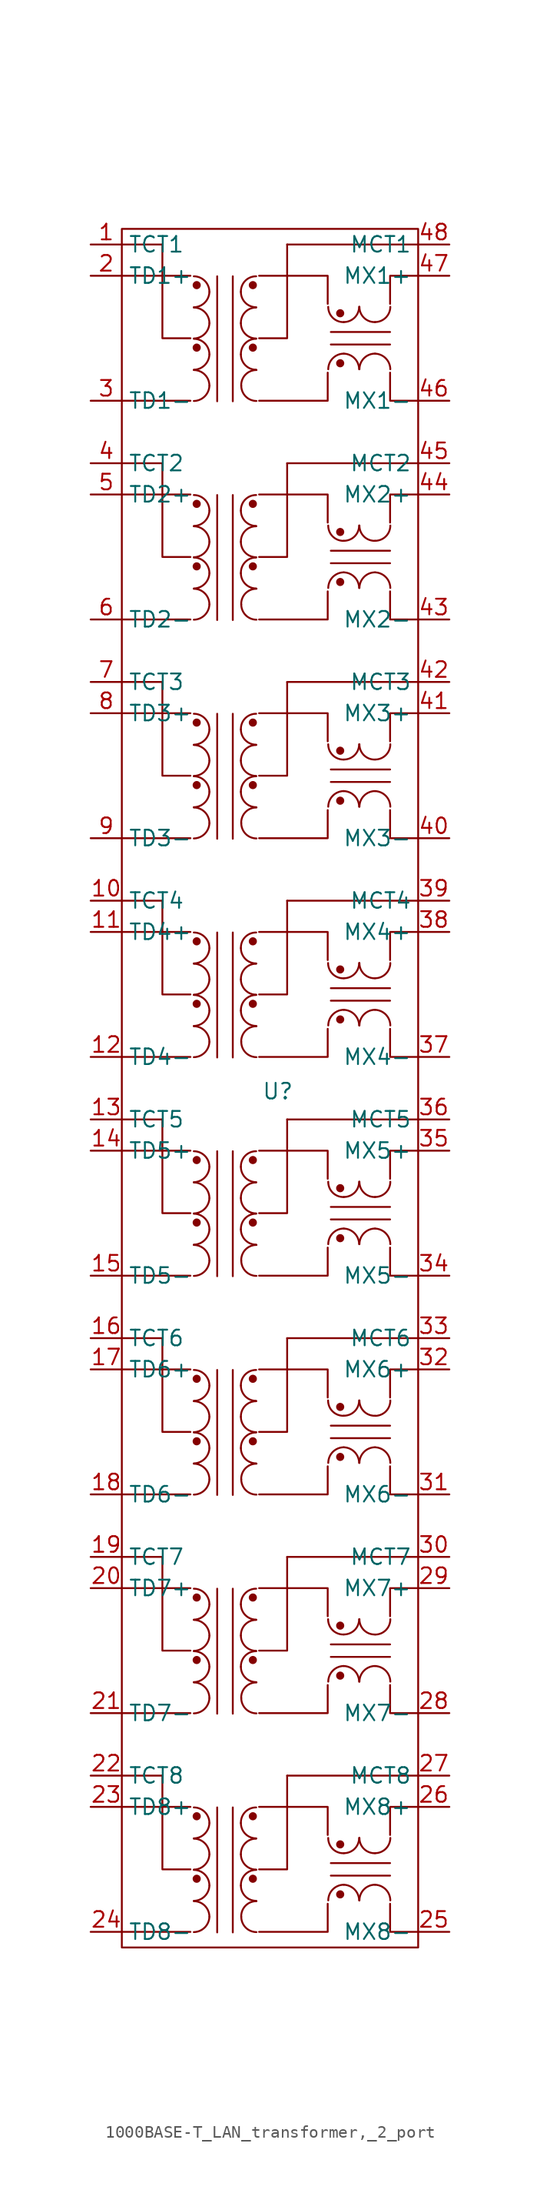
<source format=kicad_sym>
(kicad_symbol_lib
  (version 20231120)
  (generator "kicad_symbol_editor")
  (generator_version "8.0")
  (symbol "1000BASE-T_LAN_transformer,_2_port"
    (property "Reference" "U"
      (at 0 -0.254 0)
      (effects (font (size 1.27 1.27))))
    (property "Value" ""
      (at -4.318 54.864 0)
      (effects (font (size 1.27 1.27))))
    (symbol "1000BASE-T_LAN_transformer,_2_port_0_1"
      (arc (start -6.8397 -68.5989) (mid -5.9558 -68.2306) (end -5.5697 -67.3543) (stroke (width 0) (type default)) (fill (type none)))
      (arc (start -6.8397 -66.0589) (mid -5.9558 -65.6906) (end -5.5697 -64.8143) (stroke (width 0) (type default)) (fill (type none)))
      (arc (start -6.8397 -63.5189) (mid -5.9558 -63.1506) (end -5.5697 -62.2743) (stroke (width 0) (type default)) (fill (type none)))
      (arc (start -6.8397 -60.9789) (mid -5.9558 -60.6106) (end -5.5697 -59.7343) (stroke (width 0) (type default)) (fill (type none)))
      (arc (start -6.8397 -50.8189) (mid -5.9558 -50.4506) (end -5.5697 -49.5743) (stroke (width 0) (type default)) (fill (type none)))
      (arc (start -6.8397 -48.2789) (mid -5.9558 -47.9106) (end -5.5697 -47.0343) (stroke (width 0) (type default)) (fill (type none)))
      (arc (start -6.8397 -45.7389) (mid -5.9558 -45.3706) (end -5.5697 -44.4943) (stroke (width 0) (type default)) (fill (type none)))
      (arc (start -6.8397 -43.1989) (mid -5.9558 -42.8306) (end -5.5697 -41.9543) (stroke (width 0) (type default)) (fill (type none)))
      (arc (start -6.8397 -33.0389) (mid -5.9558 -32.6706) (end -5.5697 -31.7943) (stroke (width 0) (type default)) (fill (type none)))
      (arc (start -6.8397 -30.4989) (mid -5.9558 -30.1306) (end -5.5697 -29.2543) (stroke (width 0) (type default)) (fill (type none)))
      (arc (start -6.8397 -27.9589) (mid -5.9558 -27.5906) (end -5.5697 -26.7143) (stroke (width 0) (type default)) (fill (type none)))
      (arc (start -6.8397 -25.4189) (mid -5.9558 -25.0506) (end -5.5697 -24.1743) (stroke (width 0) (type default)) (fill (type none)))
      (arc (start -6.8397 -15.2589) (mid -5.9558 -14.8906) (end -5.5697 -14.0143) (stroke (width 0) (type default)) (fill (type none)))
      (arc (start -6.8397 -12.7189) (mid -5.9558 -12.3506) (end -5.5697 -11.4743) (stroke (width 0) (type default)) (fill (type none)))
      (arc (start -6.8397 -10.1789) (mid -5.9558 -9.8106) (end -5.5697 -8.9343) (stroke (width 0) (type default)) (fill (type none)))
      (arc (start -6.8397 -7.6389) (mid -5.9558 -7.2706) (end -5.5697 -6.3943) (stroke (width 0) (type default)) (fill (type none)))
      (arc (start -6.8397 2.5211) (mid -5.9558 2.8894) (end -5.5697 3.7657) (stroke (width 0) (type default)) (fill (type none)))
      (arc (start -6.8397 5.0611) (mid -5.9558 5.4294) (end -5.5697 6.3057) (stroke (width 0) (type default)) (fill (type none)))
      (arc (start -6.8397 7.6011) (mid -5.9558 7.9694) (end -5.5697 8.8457) (stroke (width 0) (type default)) (fill (type none)))
      (arc (start -6.8397 10.1411) (mid -5.9558 10.5094) (end -5.5697 11.3857) (stroke (width 0) (type default)) (fill (type none)))
      (arc (start -6.8397 20.3011) (mid -5.9558 20.6694) (end -5.5697 21.5457) (stroke (width 0) (type default)) (fill (type none)))
      (arc (start -6.8397 22.8411) (mid -5.9558 23.2094) (end -5.5697 24.0857) (stroke (width 0) (type default)) (fill (type none)))
      (arc (start -6.8397 25.3811) (mid -5.9558 25.7494) (end -5.5697 26.6257) (stroke (width 0) (type default)) (fill (type none)))
      (arc (start -6.8397 27.9211) (mid -5.9558 28.2894) (end -5.5697 29.1657) (stroke (width 0) (type default)) (fill (type none)))
      (arc (start -6.8397 38.0811) (mid -5.9558 38.4494) (end -5.5697 39.3257) (stroke (width 0) (type default)) (fill (type none)))
      (arc (start -6.8397 40.6211) (mid -5.9558 40.9894) (end -5.5697 41.8657) (stroke (width 0) (type default)) (fill (type none)))
      (arc (start -6.8397 43.1611) (mid -5.9558 43.5294) (end -5.5697 44.4057) (stroke (width 0) (type default)) (fill (type none)))
      (arc (start -6.8397 45.7011) (mid -5.9558 46.0694) (end -5.5697 46.9457) (stroke (width 0) (type default)) (fill (type none)))
      (arc (start -6.8397 55.8611) (mid -5.9558 56.2294) (end -5.5697 57.1057) (stroke (width 0) (type default)) (fill (type none)))
      (arc (start -6.8397 58.4011) (mid -5.9558 58.7694) (end -5.5697 59.6457) (stroke (width 0) (type default)) (fill (type none)))
      (arc (start -6.8397 60.9411) (mid -5.9558 61.3094) (end -5.5697 62.1857) (stroke (width 0) (type default)) (fill (type none)))
      (arc (start -6.8397 63.4811) (mid -5.9558 63.8494) (end -5.5697 64.7257) (stroke (width 0) (type default)) (fill (type none)))
      (arc (start -5.5697 -67.3543) (mid -5.9417 -66.4563) (end -6.8397 -66.0843) (stroke (width 0) (type default)) (fill (type none)))
      (arc (start -5.5697 -64.8143) (mid -5.9417 -63.9163) (end -6.8397 -63.5443) (stroke (width 0) (type default)) (fill (type none)))
      (arc (start -5.5697 -62.2743) (mid -5.9417 -61.3763) (end -6.8397 -61.0043) (stroke (width 0) (type default)) (fill (type none)))
      (arc (start -5.5697 -59.7343) (mid -5.9417 -58.8363) (end -6.8397 -58.4643) (stroke (width 0) (type default)) (fill (type none)))
      (arc (start -5.5697 -49.5743) (mid -5.9417 -48.6763) (end -6.8397 -48.3043) (stroke (width 0) (type default)) (fill (type none)))
      (arc (start -5.5697 -47.0343) (mid -5.9417 -46.1363) (end -6.8397 -45.7643) (stroke (width 0) (type default)) (fill (type none)))
      (arc (start -5.5697 -44.4943) (mid -5.9417 -43.5963) (end -6.8397 -43.2243) (stroke (width 0) (type default)) (fill (type none)))
      (arc (start -5.5697 -41.9543) (mid -5.9417 -41.0563) (end -6.8397 -40.6843) (stroke (width 0) (type default)) (fill (type none)))
      (arc (start -5.5697 -31.7943) (mid -5.9417 -30.8963) (end -6.8397 -30.5243) (stroke (width 0) (type default)) (fill (type none)))
      (arc (start -5.5697 -29.2543) (mid -5.9417 -28.3563) (end -6.8397 -27.9843) (stroke (width 0) (type default)) (fill (type none)))
      (arc (start -5.5697 -26.7143) (mid -5.9417 -25.8163) (end -6.8397 -25.4443) (stroke (width 0) (type default)) (fill (type none)))
      (arc (start -5.5697 -24.1743) (mid -5.9417 -23.2763) (end -6.8397 -22.9043) (stroke (width 0) (type default)) (fill (type none)))
      (arc (start -5.5697 -14.0143) (mid -5.9417 -13.1163) (end -6.8397 -12.7443) (stroke (width 0) (type default)) (fill (type none)))
      (arc (start -5.5697 -11.4743) (mid -5.9417 -10.5763) (end -6.8397 -10.2043) (stroke (width 0) (type default)) (fill (type none)))
      (arc (start -5.5697 -8.9343) (mid -5.9417 -8.0363) (end -6.8397 -7.6643) (stroke (width 0) (type default)) (fill (type none)))
      (arc (start -5.5697 -6.3943) (mid -5.9417 -5.4963) (end -6.8397 -5.1243) (stroke (width 0) (type default)) (fill (type none)))
      (arc (start -5.5697 3.7657) (mid -5.9417 4.6637) (end -6.8397 5.0357) (stroke (width 0) (type default)) (fill (type none)))
      (arc (start -5.5697 6.3057) (mid -5.9417 7.2037) (end -6.8397 7.5757) (stroke (width 0) (type default)) (fill (type none)))
      (arc (start -5.5697 8.8457) (mid -5.9417 9.7437) (end -6.8397 10.1157) (stroke (width 0) (type default)) (fill (type none)))
      (arc (start -5.5697 11.3857) (mid -5.9417 12.2837) (end -6.8397 12.6557) (stroke (width 0) (type default)) (fill (type none)))
      (arc (start -5.5697 21.5457) (mid -5.9417 22.4437) (end -6.8397 22.8157) (stroke (width 0) (type default)) (fill (type none)))
      (arc (start -5.5697 24.0857) (mid -5.9417 24.9837) (end -6.8397 25.3557) (stroke (width 0) (type default)) (fill (type none)))
      (arc (start -5.5697 26.6257) (mid -5.9417 27.5237) (end -6.8397 27.8957) (stroke (width 0) (type default)) (fill (type none)))
      (arc (start -5.5697 29.1657) (mid -5.9417 30.0637) (end -6.8397 30.4357) (stroke (width 0) (type default)) (fill (type none)))
      (arc (start -5.5697 39.3257) (mid -5.9417 40.2237) (end -6.8397 40.5957) (stroke (width 0) (type default)) (fill (type none)))
      (arc (start -5.5697 41.8657) (mid -5.9417 42.7637) (end -6.8397 43.1357) (stroke (width 0) (type default)) (fill (type none)))
      (arc (start -5.5697 44.4057) (mid -5.9417 45.3037) (end -6.8397 45.6757) (stroke (width 0) (type default)) (fill (type none)))
      (arc (start -5.5697 46.9457) (mid -5.9417 47.8437) (end -6.8397 48.2157) (stroke (width 0) (type default)) (fill (type none)))
      (arc (start -5.5697 57.1057) (mid -5.9417 58.0037) (end -6.8397 58.3757) (stroke (width 0) (type default)) (fill (type none)))
      (arc (start -5.5697 59.6457) (mid -5.9417 60.5437) (end -6.8397 60.9157) (stroke (width 0) (type default)) (fill (type none)))
      (arc (start -5.5697 62.1857) (mid -5.9417 63.0837) (end -6.8397 63.4557) (stroke (width 0) (type default)) (fill (type none)))
      (arc (start -5.5697 64.7257) (mid -5.9417 65.6237) (end -6.8397 65.9957) (stroke (width 0) (type default)) (fill (type none)))
      (arc (start -3.0043 -64.8143) (mid -2.6398 -65.6944) (end -1.7597 -66.0589) (stroke (width 0) (type default)) (fill (type none)))
      (arc (start -3.0043 -62.2743) (mid -2.6398 -63.1544) (end -1.7597 -63.5189) (stroke (width 0) (type default)) (fill (type none)))
      (arc (start -3.0043 -59.7343) (mid -2.6398 -60.6144) (end -1.7597 -60.9789) (stroke (width 0) (type default)) (fill (type none)))
      (arc (start -3.0043 -47.0343) (mid -2.6398 -47.9144) (end -1.7597 -48.2789) (stroke (width 0) (type default)) (fill (type none)))
      (arc (start -3.0043 -44.4943) (mid -2.6398 -45.3744) (end -1.7597 -45.7389) (stroke (width 0) (type default)) (fill (type none)))
      (arc (start -3.0043 -41.9543) (mid -2.6398 -42.8344) (end -1.7597 -43.1989) (stroke (width 0) (type default)) (fill (type none)))
      (arc (start -3.0043 -29.2543) (mid -2.6398 -30.1344) (end -1.7597 -30.4989) (stroke (width 0) (type default)) (fill (type none)))
      (arc (start -3.0043 -26.7143) (mid -2.6398 -27.5944) (end -1.7597 -27.9589) (stroke (width 0) (type default)) (fill (type none)))
      (arc (start -3.0043 -24.1743) (mid -2.6398 -25.0544) (end -1.7597 -25.4189) (stroke (width 0) (type default)) (fill (type none)))
      (arc (start -3.0043 -11.4743) (mid -2.6398 -12.3544) (end -1.7597 -12.7189) (stroke (width 0) (type default)) (fill (type none)))
      (arc (start -3.0043 -8.9343) (mid -2.6398 -9.8144) (end -1.7597 -10.1789) (stroke (width 0) (type default)) (fill (type none)))
      (arc (start -3.0043 -6.3943) (mid -2.6398 -7.2744) (end -1.7597 -7.6389) (stroke (width 0) (type default)) (fill (type none)))
      (arc (start -3.0043 6.3057) (mid -2.6398 5.4256) (end -1.7597 5.0611) (stroke (width 0) (type default)) (fill (type none)))
      (arc (start -3.0043 8.8457) (mid -2.6398 7.9656) (end -1.7597 7.6011) (stroke (width 0) (type default)) (fill (type none)))
      (arc (start -3.0043 11.3857) (mid -2.6398 10.5056) (end -1.7597 10.1411) (stroke (width 0) (type default)) (fill (type none)))
      (arc (start -3.0043 24.0857) (mid -2.6398 23.2056) (end -1.7597 22.8411) (stroke (width 0) (type default)) (fill (type none)))
      (arc (start -3.0043 26.6257) (mid -2.6398 25.7456) (end -1.7597 25.3811) (stroke (width 0) (type default)) (fill (type none)))
      (arc (start -3.0043 29.1657) (mid -2.6398 28.2856) (end -1.7597 27.9211) (stroke (width 0) (type default)) (fill (type none)))
      (arc (start -3.0043 41.8657) (mid -2.6398 40.9856) (end -1.7597 40.6211) (stroke (width 0) (type default)) (fill (type none)))
      (arc (start -3.0043 44.4057) (mid -2.6398 43.5256) (end -1.7597 43.1611) (stroke (width 0) (type default)) (fill (type none)))
      (arc (start -3.0043 46.9457) (mid -2.6398 46.0656) (end -1.7597 45.7011) (stroke (width 0) (type default)) (fill (type none)))
      (arc (start -3.0043 59.6457) (mid -2.6398 58.7656) (end -1.7597 58.4011) (stroke (width 0) (type default)) (fill (type none)))
      (arc (start -3.0043 62.1857) (mid -2.6398 61.3056) (end -1.7597 60.9411) (stroke (width 0) (type default)) (fill (type none)))
      (arc (start -3.0043 64.7257) (mid -2.6398 63.8456) (end -1.7597 63.4811) (stroke (width 0) (type default)) (fill (type none)))
      (arc (start -2.9789 -67.3543) (mid -2.6142 -68.2342) (end -1.7343 -68.5989) (stroke (width 0) (type default)) (fill (type none)))
      (arc (start -2.9789 -49.5743) (mid -2.6142 -50.4542) (end -1.7343 -50.8189) (stroke (width 0) (type default)) (fill (type none)))
      (arc (start -2.9789 -31.7943) (mid -2.6142 -32.6742) (end -1.7343 -33.0389) (stroke (width 0) (type default)) (fill (type none)))
      (arc (start -2.9789 -14.0143) (mid -2.6142 -14.8942) (end -1.7343 -15.2589) (stroke (width 0) (type default)) (fill (type none)))
      (arc (start -2.9789 3.7657) (mid -2.6142 2.8858) (end -1.7343 2.5211) (stroke (width 0) (type default)) (fill (type none)))
      (arc (start -2.9789 21.5457) (mid -2.6142 20.6658) (end -1.7343 20.3011) (stroke (width 0) (type default)) (fill (type none)))
      (arc (start -2.9789 39.3257) (mid -2.6142 38.4458) (end -1.7343 38.0811) (stroke (width 0) (type default)) (fill (type none)))
      (arc (start -2.9789 57.1057) (mid -2.6143 56.2258) (end -1.7343 55.8611) (stroke (width 0) (type default)) (fill (type none)))
      (arc (start -1.7597 -63.5443) (mid -2.6539 -63.9128) (end -3.0043 -64.8143) (stroke (width 0) (type default)) (fill (type none)))
      (arc (start -1.7597 -61.0043) (mid -2.6539 -61.3728) (end -3.0043 -62.2743) (stroke (width 0) (type default)) (fill (type none)))
      (arc (start -1.7597 -58.4643) (mid -2.6539 -58.8328) (end -3.0043 -59.7343) (stroke (width 0) (type default)) (fill (type none)))
      (arc (start -1.7597 -45.7643) (mid -2.6539 -46.1328) (end -3.0043 -47.0343) (stroke (width 0) (type default)) (fill (type none)))
      (arc (start -1.7597 -43.2243) (mid -2.6539 -43.5928) (end -3.0043 -44.4943) (stroke (width 0) (type default)) (fill (type none)))
      (arc (start -1.7597 -40.6843) (mid -2.6539 -41.0528) (end -3.0043 -41.9543) (stroke (width 0) (type default)) (fill (type none)))
      (arc (start -1.7597 -27.9843) (mid -2.6539 -28.3528) (end -3.0043 -29.2543) (stroke (width 0) (type default)) (fill (type none)))
      (arc (start -1.7597 -25.4443) (mid -2.6539 -25.8128) (end -3.0043 -26.7143) (stroke (width 0) (type default)) (fill (type none)))
      (arc (start -1.7597 -22.9043) (mid -2.6539 -23.2728) (end -3.0043 -24.1743) (stroke (width 0) (type default)) (fill (type none)))
      (arc (start -1.7597 -10.2043) (mid -2.6539 -10.5728) (end -3.0043 -11.4743) (stroke (width 0) (type default)) (fill (type none)))
      (arc (start -1.7597 -7.6643) (mid -2.6539 -8.0328) (end -3.0043 -8.9343) (stroke (width 0) (type default)) (fill (type none)))
      (arc (start -1.7597 -5.1243) (mid -2.6539 -5.4928) (end -3.0043 -6.3943) (stroke (width 0) (type default)) (fill (type none)))
      (arc (start -1.7597 7.5757) (mid -2.6539 7.2072) (end -3.0043 6.3057) (stroke (width 0) (type default)) (fill (type none)))
      (arc (start -1.7597 10.1157) (mid -2.6539 9.7472) (end -3.0043 8.8457) (stroke (width 0) (type default)) (fill (type none)))
      (arc (start -1.7597 12.6557) (mid -2.6539 12.2872) (end -3.0043 11.3857) (stroke (width 0) (type default)) (fill (type none)))
      (arc (start -1.7597 25.3557) (mid -2.6539 24.9872) (end -3.0043 24.0857) (stroke (width 0) (type default)) (fill (type none)))
      (arc (start -1.7597 27.8957) (mid -2.6539 27.5272) (end -3.0043 26.6257) (stroke (width 0) (type default)) (fill (type none)))
      (arc (start -1.7597 30.4357) (mid -2.6539 30.0672) (end -3.0043 29.1657) (stroke (width 0) (type default)) (fill (type none)))
      (arc (start -1.7597 43.1357) (mid -2.6539 42.7672) (end -3.0043 41.8657) (stroke (width 0) (type default)) (fill (type none)))
      (arc (start -1.7597 45.6757) (mid -2.6539 45.3072) (end -3.0043 44.4057) (stroke (width 0) (type default)) (fill (type none)))
      (arc (start -1.7597 48.2157) (mid -2.6539 47.8472) (end -3.0043 46.9457) (stroke (width 0) (type default)) (fill (type none)))
      (arc (start -1.7597 60.9157) (mid -2.6539 60.5472) (end -3.0043 59.6457) (stroke (width 0) (type default)) (fill (type none)))
      (arc (start -1.7597 63.4557) (mid -2.6539 63.0872) (end -3.0043 62.1857) (stroke (width 0) (type default)) (fill (type none)))
      (arc (start -1.7597 65.9957) (mid -2.6539 65.6272) (end -3.0043 64.7257) (stroke (width 0) (type default)) (fill (type none)))
      (arc (start -1.7343 -66.0843) (mid -2.6288 -66.4526) (end -2.9789 -67.3543) (stroke (width 0) (type default)) (fill (type none)))
      (arc (start -1.7343 -48.3043) (mid -2.6288 -48.6726) (end -2.9789 -49.5743) (stroke (width 0) (type default)) (fill (type none)))
      (arc (start -1.7343 -30.5243) (mid -2.6288 -30.8926) (end -2.9789 -31.7943) (stroke (width 0) (type default)) (fill (type none)))
      (arc (start -1.7343 -12.7443) (mid -2.6288 -13.1126) (end -2.9789 -14.0143) (stroke (width 0) (type default)) (fill (type none)))
      (arc (start -1.7343 5.0357) (mid -2.6288 4.6674) (end -2.9789 3.7657) (stroke (width 0) (type default)) (fill (type none)))
      (arc (start -1.7343 22.8157) (mid -2.6288 22.4474) (end -2.9789 21.5457) (stroke (width 0) (type default)) (fill (type none)))
      (arc (start -1.7343 40.5957) (mid -2.6288 40.2274) (end -2.9789 39.3257) (stroke (width 0) (type default)) (fill (type none)))
      (arc (start -1.7343 58.3757) (mid -2.6288 58.0074) (end -2.9789 57.1057) (stroke (width 0) (type default)) (fill (type none)))
      (polyline (pts (xy -12.7 -68.58) (xy -7.112 -68.58)) (stroke (width 0) (type default)) (fill (type none)))
      (polyline (pts (xy -12.7 -58.42) (xy -7.112 -58.42)) (stroke (width 0) (type default)) (fill (type none)))
      (polyline (pts (xy -12.7 -50.8) (xy -7.112 -50.8)) (stroke (width 0) (type default)) (fill (type none)))
      (polyline (pts (xy -12.7 -40.64) (xy -7.112 -40.64)) (stroke (width 0) (type default)) (fill (type none)))
      (polyline (pts (xy -12.7 -33.02) (xy -7.112 -33.02)) (stroke (width 0) (type default)) (fill (type none)))
      (polyline (pts (xy -12.7 -22.86) (xy -7.112 -22.86)) (stroke (width 0) (type default)) (fill (type none)))
      (polyline (pts (xy -12.7 -15.24) (xy -7.112 -15.24)) (stroke (width 0) (type default)) (fill (type none)))
      (polyline (pts (xy -12.7 -5.08) (xy -7.112 -5.08)) (stroke (width 0) (type default)) (fill (type none)))
      (polyline (pts (xy -12.7 2.54) (xy -7.112 2.54)) (stroke (width 0) (type default)) (fill (type none)))
      (polyline (pts (xy -12.7 12.7) (xy -7.112 12.7)) (stroke (width 0) (type default)) (fill (type none)))
      (polyline (pts (xy -12.7 20.32) (xy -7.112 20.32)) (stroke (width 0) (type default)) (fill (type none)))
      (polyline (pts (xy -12.7 30.48) (xy -7.112 30.48)) (stroke (width 0) (type default)) (fill (type none)))
      (polyline (pts (xy -12.7 38.1) (xy -7.112 38.1)) (stroke (width 0) (type default)) (fill (type none)))
      (polyline (pts (xy -12.7 48.26) (xy -7.112 48.26)) (stroke (width 0) (type default)) (fill (type none)))
      (polyline (pts (xy -12.7 55.88) (xy -7.112 55.88)) (stroke (width 0) (type default)) (fill (type none)))
      (polyline (pts (xy -12.7 66.04) (xy -7.112 66.04)) (stroke (width 0) (type default)) (fill (type none)))
      (polyline (pts (xy -9.398 -55.88) (xy -12.7 -55.88)) (stroke (width 0) (type default)) (fill (type none)))
      (polyline (pts (xy -9.398 -55.88) (xy -9.398 -55.88)) (stroke (width 0) (type default)) (fill (type none)))
      (polyline (pts (xy -9.398 -38.1) (xy -12.7 -38.1)) (stroke (width 0) (type default)) (fill (type none)))
      (polyline (pts (xy -9.398 -38.1) (xy -9.398 -38.1)) (stroke (width 0) (type default)) (fill (type none)))
      (polyline (pts (xy -9.398 -20.32) (xy -12.7 -20.32)) (stroke (width 0) (type default)) (fill (type none)))
      (polyline (pts (xy -9.398 -20.32) (xy -9.398 -20.32)) (stroke (width 0) (type default)) (fill (type none)))
      (polyline (pts (xy -9.398 -2.54) (xy -12.7 -2.54)) (stroke (width 0) (type default)) (fill (type none)))
      (polyline (pts (xy -9.398 -2.54) (xy -9.398 -2.54)) (stroke (width 0) (type default)) (fill (type none)))
      (polyline (pts (xy -9.398 15.24) (xy -12.7 15.24)) (stroke (width 0) (type default)) (fill (type none)))
      (polyline (pts (xy -9.398 15.24) (xy -9.398 15.24)) (stroke (width 0) (type default)) (fill (type none)))
      (polyline (pts (xy -9.398 33.02) (xy -12.7 33.02)) (stroke (width 0) (type default)) (fill (type none)))
      (polyline (pts (xy -9.398 33.02) (xy -9.398 33.02)) (stroke (width 0) (type default)) (fill (type none)))
      (polyline (pts (xy -9.398 50.8) (xy -12.7 50.8)) (stroke (width 0) (type default)) (fill (type none)))
      (polyline (pts (xy -9.398 50.8) (xy -9.398 50.8)) (stroke (width 0) (type default)) (fill (type none)))
      (polyline (pts (xy -9.398 68.58) (xy -12.7 68.58)) (stroke (width 0) (type default)) (fill (type none)))
      (polyline (pts (xy -9.398 68.58) (xy -9.398 68.58)) (stroke (width 0) (type default)) (fill (type none)))
      (polyline (pts (xy -4.935 -58.464) (xy -4.935 -68.624)) (stroke (width 0) (type default)) (fill (type none)))
      (polyline (pts (xy -4.935 -40.684) (xy -4.935 -50.844)) (stroke (width 0) (type default)) (fill (type none)))
      (polyline (pts (xy -4.935 -22.904) (xy -4.935 -33.064)) (stroke (width 0) (type default)) (fill (type none)))
      (polyline (pts (xy -4.935 -5.124) (xy -4.935 -15.284)) (stroke (width 0) (type default)) (fill (type none)))
      (polyline (pts (xy -4.935 12.656) (xy -4.935 2.496)) (stroke (width 0) (type default)) (fill (type none)))
      (polyline (pts (xy -4.935 30.436) (xy -4.935 20.276)) (stroke (width 0) (type default)) (fill (type none)))
      (polyline (pts (xy -4.935 48.216) (xy -4.935 38.056)) (stroke (width 0) (type default)) (fill (type none)))
      (polyline (pts (xy -4.935 65.996) (xy -4.935 55.836)) (stroke (width 0) (type default)) (fill (type none)))
      (polyline (pts (xy -3.665 -68.624) (xy -3.665 -58.464)) (stroke (width 0) (type default)) (fill (type none)))
      (polyline (pts (xy -3.665 -50.844) (xy -3.665 -40.684)) (stroke (width 0) (type default)) (fill (type none)))
      (polyline (pts (xy -3.665 -33.064) (xy -3.665 -22.904)) (stroke (width 0) (type default)) (fill (type none)))
      (polyline (pts (xy -3.665 -15.284) (xy -3.665 -5.124)) (stroke (width 0) (type default)) (fill (type none)))
      (polyline (pts (xy -3.665 2.496) (xy -3.665 12.656)) (stroke (width 0) (type default)) (fill (type none)))
      (polyline (pts (xy -3.665 20.276) (xy -3.665 30.436)) (stroke (width 0) (type default)) (fill (type none)))
      (polyline (pts (xy -3.665 38.056) (xy -3.665 48.216)) (stroke (width 0) (type default)) (fill (type none)))
      (polyline (pts (xy -3.665 55.836) (xy -3.665 65.996)) (stroke (width 0) (type default)) (fill (type none)))
      (polyline (pts (xy 0.762 -55.88) (xy 11.43 -55.88)) (stroke (width 0) (type default)) (fill (type none)))
      (polyline (pts (xy 0.762 -38.1) (xy 11.43 -38.1)) (stroke (width 0) (type default)) (fill (type none)))
      (polyline (pts (xy 0.762 -20.32) (xy 11.43 -20.32)) (stroke (width 0) (type default)) (fill (type none)))
      (polyline (pts (xy 0.762 -2.54) (xy 11.43 -2.54)) (stroke (width 0) (type default)) (fill (type none)))
      (polyline (pts (xy 0.762 15.24) (xy 11.43 15.24)) (stroke (width 0) (type default)) (fill (type none)))
      (polyline (pts (xy 0.762 33.02) (xy 11.43 33.02)) (stroke (width 0) (type default)) (fill (type none)))
      (polyline (pts (xy 0.762 50.8) (xy 11.43 50.8)) (stroke (width 0) (type default)) (fill (type none)))
      (polyline (pts (xy 0.762 68.58) (xy 11.43 68.58)) (stroke (width 0) (type default)) (fill (type none)))
      (polyline (pts (xy 4.318 -64.008) (xy 9.144 -64.008)) (stroke (width 0) (type default)) (fill (type none)))
      (polyline (pts (xy 4.318 -46.228) (xy 9.144 -46.228)) (stroke (width 0) (type default)) (fill (type none)))
      (polyline (pts (xy 4.318 -28.448) (xy 9.144 -28.448)) (stroke (width 0) (type default)) (fill (type none)))
      (polyline (pts (xy 4.318 -10.668) (xy 9.144 -10.668)) (stroke (width 0) (type default)) (fill (type none)))
      (polyline (pts (xy 4.318 7.112) (xy 9.144 7.112)) (stroke (width 0) (type default)) (fill (type none)))
      (polyline (pts (xy 4.318 24.892) (xy 9.144 24.892)) (stroke (width 0) (type default)) (fill (type none)))
      (polyline (pts (xy 4.318 42.672) (xy 9.144 42.672)) (stroke (width 0) (type default)) (fill (type none)))
      (polyline (pts (xy 4.318 60.452) (xy 9.144 60.452)) (stroke (width 0) (type default)) (fill (type none)))
      (polyline (pts (xy 9.144 -62.992) (xy 4.318 -62.992)) (stroke (width 0) (type default)) (fill (type none)))
      (polyline (pts (xy 9.144 -45.212) (xy 4.318 -45.212)) (stroke (width 0) (type default)) (fill (type none)))
      (polyline (pts (xy 9.144 -27.432) (xy 4.318 -27.432)) (stroke (width 0) (type default)) (fill (type none)))
      (polyline (pts (xy 9.144 -9.652) (xy 4.318 -9.652)) (stroke (width 0) (type default)) (fill (type none)))
      (polyline (pts (xy 9.144 8.128) (xy 4.318 8.128)) (stroke (width 0) (type default)) (fill (type none)))
      (polyline (pts (xy 9.144 25.908) (xy 4.318 25.908)) (stroke (width 0) (type default)) (fill (type none)))
      (polyline (pts (xy 9.144 43.688) (xy 4.318 43.688)) (stroke (width 0) (type default)) (fill (type none)))
      (polyline (pts (xy 9.144 61.468) (xy 4.318 61.468)) (stroke (width 0) (type default)) (fill (type none)))
      (polyline (pts (xy -9.398 -55.88) (xy -9.398 -63.5) (xy -7.112 -63.5)) (stroke (width 0) (type default)) (fill (type none)))
      (polyline (pts (xy -9.398 -38.1) (xy -9.398 -45.72) (xy -7.112 -45.72)) (stroke (width 0) (type default)) (fill (type none)))
      (polyline (pts (xy -9.398 -20.32) (xy -9.398 -27.94) (xy -7.112 -27.94)) (stroke (width 0) (type default)) (fill (type none)))
      (polyline (pts (xy -9.398 -2.54) (xy -9.398 -10.16) (xy -7.112 -10.16)) (stroke (width 0) (type default)) (fill (type none)))
      (polyline (pts (xy -9.398 15.24) (xy -9.398 7.62) (xy -7.112 7.62)) (stroke (width 0) (type default)) (fill (type none)))
      (polyline (pts (xy -9.398 33.02) (xy -9.398 25.4) (xy -7.112 25.4)) (stroke (width 0) (type default)) (fill (type none)))
      (polyline (pts (xy -9.398 50.8) (xy -9.398 43.18) (xy -7.112 43.18)) (stroke (width 0) (type default)) (fill (type none)))
      (polyline (pts (xy -9.398 68.58) (xy -9.398 60.96) (xy -7.112 60.96)) (stroke (width 0) (type default)) (fill (type none)))
      (polyline (pts (xy -1.524 -68.58) (xy 4.064 -68.58) (xy 4.064 -66.294)) (stroke (width 0) (type default)) (fill (type none)))
      (polyline (pts (xy -1.524 -58.42) (xy 4.064 -58.42) (xy 4.064 -60.706)) (stroke (width 0) (type default)) (fill (type none)))
      (polyline (pts (xy -1.524 -50.8) (xy 4.064 -50.8) (xy 4.064 -48.514)) (stroke (width 0) (type default)) (fill (type none)))
      (polyline (pts (xy -1.524 -40.64) (xy 4.064 -40.64) (xy 4.064 -42.926)) (stroke (width 0) (type default)) (fill (type none)))
      (polyline (pts (xy -1.524 -33.02) (xy 4.064 -33.02) (xy 4.064 -30.734)) (stroke (width 0) (type default)) (fill (type none)))
      (polyline (pts (xy -1.524 -22.86) (xy 4.064 -22.86) (xy 4.064 -25.146)) (stroke (width 0) (type default)) (fill (type none)))
      (polyline (pts (xy -1.524 -15.24) (xy 4.064 -15.24) (xy 4.064 -12.954)) (stroke (width 0) (type default)) (fill (type none)))
      (polyline (pts (xy -1.524 -5.08) (xy 4.064 -5.08) (xy 4.064 -7.366)) (stroke (width 0) (type default)) (fill (type none)))
      (polyline (pts (xy -1.524 2.54) (xy 4.064 2.54) (xy 4.064 4.826)) (stroke (width 0) (type default)) (fill (type none)))
      (polyline (pts (xy -1.524 12.7) (xy 4.064 12.7) (xy 4.064 10.414)) (stroke (width 0) (type default)) (fill (type none)))
      (polyline (pts (xy -1.524 20.32) (xy 4.064 20.32) (xy 4.064 22.606)) (stroke (width 0) (type default)) (fill (type none)))
      (polyline (pts (xy -1.524 30.48) (xy 4.064 30.48) (xy 4.064 28.194)) (stroke (width 0) (type default)) (fill (type none)))
      (polyline (pts (xy -1.524 38.1) (xy 4.064 38.1) (xy 4.064 40.386)) (stroke (width 0) (type default)) (fill (type none)))
      (polyline (pts (xy -1.524 48.26) (xy 4.064 48.26) (xy 4.064 45.974)) (stroke (width 0) (type default)) (fill (type none)))
      (polyline (pts (xy -1.524 55.88) (xy 4.064 55.88) (xy 4.064 58.166)) (stroke (width 0) (type default)) (fill (type none)))
      (polyline (pts (xy -1.524 66.04) (xy 4.064 66.04) (xy 4.064 63.754)) (stroke (width 0) (type default)) (fill (type none)))
      (polyline (pts (xy 0.762 -55.88) (xy 0.762 -63.5) (xy -1.524 -63.5)) (stroke (width 0) (type default)) (fill (type none)))
      (polyline (pts (xy 0.762 -38.1) (xy 0.762 -45.72) (xy -1.524 -45.72)) (stroke (width 0) (type default)) (fill (type none)))
      (polyline (pts (xy 0.762 -20.32) (xy 0.762 -27.94) (xy -1.524 -27.94)) (stroke (width 0) (type default)) (fill (type none)))
      (polyline (pts (xy 0.762 -2.54) (xy 0.762 -10.16) (xy -1.524 -10.16)) (stroke (width 0) (type default)) (fill (type none)))
      (polyline (pts (xy 0.762 15.24) (xy 0.762 7.62) (xy -1.524 7.62)) (stroke (width 0) (type default)) (fill (type none)))
      (polyline (pts (xy 0.762 33.02) (xy 0.762 25.4) (xy -1.524 25.4)) (stroke (width 0) (type default)) (fill (type none)))
      (polyline (pts (xy 0.762 50.8) (xy 0.762 43.18) (xy -1.524 43.18)) (stroke (width 0) (type default)) (fill (type none)))
      (polyline (pts (xy 0.762 68.58) (xy 0.762 60.96) (xy -1.524 60.96)) (stroke (width 0) (type default)) (fill (type none)))
      (polyline (pts (xy 11.43 -68.58) (xy 9.144 -68.58) (xy 9.144 -66.294)) (stroke (width 0) (type default)) (fill (type none)))
      (polyline (pts (xy 11.43 -58.42) (xy 9.144 -58.42) (xy 9.144 -60.706)) (stroke (width 0) (type default)) (fill (type none)))
      (polyline (pts (xy 11.43 -50.8) (xy 9.144 -50.8) (xy 9.144 -48.514)) (stroke (width 0) (type default)) (fill (type none)))
      (polyline (pts (xy 11.43 -40.64) (xy 9.144 -40.64) (xy 9.144 -42.926)) (stroke (width 0) (type default)) (fill (type none)))
      (polyline (pts (xy 11.43 -33.02) (xy 9.144 -33.02) (xy 9.144 -30.734)) (stroke (width 0) (type default)) (fill (type none)))
      (polyline (pts (xy 11.43 -22.86) (xy 9.144 -22.86) (xy 9.144 -25.146)) (stroke (width 0) (type default)) (fill (type none)))
      (polyline (pts (xy 11.43 -15.24) (xy 9.144 -15.24) (xy 9.144 -12.954)) (stroke (width 0) (type default)) (fill (type none)))
      (polyline (pts (xy 11.43 -5.08) (xy 9.144 -5.08) (xy 9.144 -7.366)) (stroke (width 0) (type default)) (fill (type none)))
      (polyline (pts (xy 11.43 2.54) (xy 9.144 2.54) (xy 9.144 4.826)) (stroke (width 0) (type default)) (fill (type none)))
      (polyline (pts (xy 11.43 12.7) (xy 9.144 12.7) (xy 9.144 10.414)) (stroke (width 0) (type default)) (fill (type none)))
      (polyline (pts (xy 11.43 20.32) (xy 9.144 20.32) (xy 9.144 22.606)) (stroke (width 0) (type default)) (fill (type none)))
      (polyline (pts (xy 11.43 30.48) (xy 9.144 30.48) (xy 9.144 28.194)) (stroke (width 0) (type default)) (fill (type none)))
      (polyline (pts (xy 11.43 38.1) (xy 9.144 38.1) (xy 9.144 40.386)) (stroke (width 0) (type default)) (fill (type none)))
      (polyline (pts (xy 11.43 48.26) (xy 9.144 48.26) (xy 9.144 45.974)) (stroke (width 0) (type default)) (fill (type none)))
      (polyline (pts (xy 11.43 55.88) (xy 9.144 55.88) (xy 9.144 58.166)) (stroke (width 0) (type default)) (fill (type none)))
      (polyline (pts (xy 11.43 66.04) (xy 9.144 66.04) (xy 9.144 63.754)) (stroke (width 0) (type default)) (fill (type none)))
      (arc (start 4.1053 -60.9427) (mid 4.4727 -61.8383) (end 5.3753 -62.1873) (stroke (width 0) (type default)) (fill (type none)))
      (arc (start 4.1053 -43.1627) (mid 4.473 -44.058) (end 5.3753 -44.4073) (stroke (width 0) (type default)) (fill (type none)))
      (arc (start 4.1053 -25.3827) (mid 4.473 -26.278) (end 5.3753 -26.6273) (stroke (width 0) (type default)) (fill (type none)))
      (arc (start 4.1053 -7.6027) (mid 4.4733 -8.4977) (end 5.3753 -8.8473) (stroke (width 0) (type default)) (fill (type none)))
      (arc (start 4.1053 10.1773) (mid 4.473 9.282) (end 5.3753 8.9327) (stroke (width 0) (type default)) (fill (type none)))
      (arc (start 4.1053 27.9573) (mid 4.4733 27.0623) (end 5.3753 26.7127) (stroke (width 0) (type default)) (fill (type none)))
      (arc (start 4.1053 45.7373) (mid 4.4733 44.8423) (end 5.3753 44.4927) (stroke (width 0) (type default)) (fill (type none)))
      (arc (start 4.1053 63.5173) (mid 4.4736 62.6226) (end 5.3753 62.2727) (stroke (width 0) (type default)) (fill (type none)))
      (arc (start 5.3785 -64.7515) (mid 4.4815 -65.1245) (end 4.1085 -66.0215) (stroke (width 0) (type default)) (fill (type none)))
      (arc (start 5.3785 -62.1861) (mid 6.2596 -61.8226) (end 6.6231 -60.9415) (stroke (width 0) (type default)) (fill (type none)))
      (arc (start 5.3785 -46.9715) (mid 4.4815 -47.3445) (end 4.1085 -48.2415) (stroke (width 0) (type default)) (fill (type none)))
      (arc (start 5.3785 -44.4061) (mid 6.2596 -44.0426) (end 6.6231 -43.1615) (stroke (width 0) (type default)) (fill (type none)))
      (arc (start 5.3785 -29.1915) (mid 4.4815 -29.5645) (end 4.1085 -30.4615) (stroke (width 0) (type default)) (fill (type none)))
      (arc (start 5.3785 -26.6261) (mid 6.2596 -26.2626) (end 6.6231 -25.3815) (stroke (width 0) (type default)) (fill (type none)))
      (arc (start 5.3785 -11.4115) (mid 4.4806 -11.7836) (end 4.1085 -12.6815) (stroke (width 0) (type default)) (fill (type none)))
      (arc (start 5.3785 -8.8461) (mid 6.2601 -8.4822) (end 6.6231 -7.6015) (stroke (width 0) (type default)) (fill (type none)))
      (arc (start 5.3785 6.3685) (mid 4.4815 5.9955) (end 4.1085 5.0985) (stroke (width 0) (type default)) (fill (type none)))
      (arc (start 5.3785 8.9339) (mid 6.2596 9.2974) (end 6.6231 10.1785) (stroke (width 0) (type default)) (fill (type none)))
      (arc (start 5.3785 24.1485) (mid 4.482 23.7759) (end 4.1085 22.8785) (stroke (width 0) (type default)) (fill (type none)))
      (arc (start 5.3785 26.7139) (mid 6.2601 27.0778) (end 6.6231 27.9585) (stroke (width 0) (type default)) (fill (type none)))
      (arc (start 5.3785 41.9285) (mid 4.482 41.5559) (end 4.1085 40.6585) (stroke (width 0) (type default)) (fill (type none)))
      (arc (start 5.3785 44.4939) (mid 6.2601 44.8578) (end 6.6231 45.7385) (stroke (width 0) (type default)) (fill (type none)))
      (arc (start 5.3785 59.7085) (mid 4.4805 59.3365) (end 4.1085 58.4385) (stroke (width 0) (type default)) (fill (type none)))
      (arc (start 5.3785 62.2739) (mid 6.2586 62.6384) (end 6.6231 63.5185) (stroke (width 0) (type default)) (fill (type none)))
      (arc (start 6.6231 -66.0215) (mid 6.2548 -65.1376) (end 5.3785 -64.7515) (stroke (width 0) (type default)) (fill (type none)))
      (arc (start 6.6231 -48.2415) (mid 6.2548 -47.3576) (end 5.3785 -46.9715) (stroke (width 0) (type default)) (fill (type none)))
      (arc (start 6.6231 -30.4615) (mid 6.2548 -29.5776) (end 5.3785 -29.1915) (stroke (width 0) (type default)) (fill (type none)))
      (arc (start 6.6231 -12.6815) (mid 6.2548 -11.7976) (end 5.3785 -11.4115) (stroke (width 0) (type default)) (fill (type none)))
      (arc (start 6.6231 5.0985) (mid 6.2548 5.9824) (end 5.3785 6.3685) (stroke (width 0) (type default)) (fill (type none)))
      (arc (start 6.6231 22.8785) (mid 6.2548 23.7624) (end 5.3785 24.1485) (stroke (width 0) (type default)) (fill (type none)))
      (arc (start 6.6231 40.6585) (mid 6.2548 41.5424) (end 5.3785 41.9285) (stroke (width 0) (type default)) (fill (type none)))
      (arc (start 6.6231 58.4385) (mid 6.2548 59.3224) (end 5.3785 59.7085) (stroke (width 0) (type default)) (fill (type none)))
      (arc (start 6.6485 -60.9415) (mid 7.0168 -61.8359) (end 7.9185 -62.1861) (stroke (width 0) (type default)) (fill (type none)))
      (arc (start 6.6485 -43.1615) (mid 7.0168 -44.0559) (end 7.9185 -44.4061) (stroke (width 0) (type default)) (fill (type none)))
      (arc (start 6.6485 -25.3815) (mid 7.0168 -26.2759) (end 7.9185 -26.6261) (stroke (width 0) (type default)) (fill (type none)))
      (arc (start 6.6485 -7.6015) (mid 7.0168 -8.4959) (end 7.9185 -8.8461) (stroke (width 0) (type default)) (fill (type none)))
      (arc (start 6.6485 10.1785) (mid 7.0168 9.2841) (end 7.9185 8.9339) (stroke (width 0) (type default)) (fill (type none)))
      (arc (start 6.6485 27.9585) (mid 7.0168 27.0641) (end 7.9185 26.7139) (stroke (width 0) (type default)) (fill (type none)))
      (arc (start 6.6485 45.7385) (mid 7.0168 44.8441) (end 7.9185 44.4939) (stroke (width 0) (type default)) (fill (type none)))
      (arc (start 6.6485 63.5185) (mid 7.0168 62.6238) (end 7.9185 62.2739) (stroke (width 0) (type default)) (fill (type none)))
      (arc (start 7.9185 -64.7515) (mid 7.0194 -65.1224) (end 6.6485 -66.0215) (stroke (width 0) (type default)) (fill (type none)))
      (arc (start 7.9185 -62.1861) (mid 8.7975 -61.8205) (end 9.1631 -60.9415) (stroke (width 0) (type default)) (fill (type none)))
      (arc (start 7.9185 -46.9715) (mid 7.0215 -47.3445) (end 6.6485 -48.2415) (stroke (width 0) (type default)) (fill (type none)))
      (arc (start 7.9185 -44.4061) (mid 8.7996 -44.0426) (end 9.1631 -43.1615) (stroke (width 0) (type default)) (fill (type none)))
      (arc (start 7.9185 -29.1915) (mid 7.0215 -29.5645) (end 6.6485 -30.4615) (stroke (width 0) (type default)) (fill (type none)))
      (arc (start 7.9185 -26.6261) (mid 8.7996 -26.2626) (end 9.1631 -25.3815) (stroke (width 0) (type default)) (fill (type none)))
      (arc (start 7.9185 -11.4115) (mid 7.022 -11.7841) (end 6.6485 -12.6815) (stroke (width 0) (type default)) (fill (type none)))
      (arc (start 7.9185 -8.8461) (mid 8.8001 -8.4822) (end 9.1631 -7.6015) (stroke (width 0) (type default)) (fill (type none)))
      (arc (start 7.9185 6.3685) (mid 7.0185 5.9965) (end 6.6485 5.0985) (stroke (width 0) (type default)) (fill (type none)))
      (arc (start 7.9185 8.9339) (mid 8.7965 9.2984) (end 9.1631 10.1785) (stroke (width 0) (type default)) (fill (type none)))
      (arc (start 7.9185 24.1485) (mid 7.022 23.7759) (end 6.6485 22.8785) (stroke (width 0) (type default)) (fill (type none)))
      (arc (start 7.9185 26.7139) (mid 8.8001 27.0778) (end 9.1631 27.9585) (stroke (width 0) (type default)) (fill (type none)))
      (arc (start 7.9185 41.9285) (mid 7.022 41.5559) (end 6.6485 40.6585) (stroke (width 0) (type default)) (fill (type none)))
      (arc (start 7.9185 44.4939) (mid 8.8001 44.8578) (end 9.1631 45.7385) (stroke (width 0) (type default)) (fill (type none)))
      (arc (start 7.9185 59.7085) (mid 7.0205 59.3365) (end 6.6485 58.4385) (stroke (width 0) (type default)) (fill (type none)))
      (arc (start 7.9185 62.2739) (mid 8.7986 62.6384) (end 9.1631 63.5185) (stroke (width 0) (type default)) (fill (type none)))
      (arc (start 9.1631 -66.0215) (mid 8.7948 -65.1376) (end 7.9185 -64.7515) (stroke (width 0) (type default)) (fill (type none)))
      (arc (start 9.1631 -48.2415) (mid 8.7948 -47.3576) (end 7.9185 -46.9715) (stroke (width 0) (type default)) (fill (type none)))
      (arc (start 9.1631 -30.4615) (mid 8.7948 -29.5776) (end 7.9185 -29.1915) (stroke (width 0) (type default)) (fill (type none)))
      (arc (start 9.1631 -12.6815) (mid 8.7948 -11.7976) (end 7.9185 -11.4115) (stroke (width 0) (type default)) (fill (type none)))
      (arc (start 9.1631 5.0985) (mid 8.7948 5.9824) (end 7.9185 6.3685) (stroke (width 0) (type default)) (fill (type none)))
      (arc (start 9.1631 22.8785) (mid 8.7948 23.7624) (end 7.9185 24.1485) (stroke (width 0) (type default)) (fill (type none)))
      (arc (start 9.1631 40.6585) (mid 8.7948 41.5424) (end 7.9185 41.9285) (stroke (width 0) (type default)) (fill (type none)))
      (arc (start 9.1631 58.4385) (mid 8.7948 59.3224) (end 7.9185 59.7085) (stroke (width 0) (type default)) (fill (type none))))
    (symbol "1000BASE-T_LAN_transformer,_2_port_1_1"
      (rectangle (start -12.7 69.85) (end 11.43 -69.85) (stroke (width 0) (type default)) (fill (type none)))
      (circle (center -6.604 -64.262) (radius 0.254) (stroke (width 0) (type default)) (fill (type outline)))
      (circle (center -6.604 -59.182) (radius 0.254) (stroke (width 0) (type default)) (fill (type outline)))
      (circle (center -6.604 -46.482) (radius 0.254) (stroke (width 0) (type default)) (fill (type outline)))
      (circle (center -6.604 -41.402) (radius 0.254) (stroke (width 0) (type default)) (fill (type outline)))
      (circle (center -6.604 -28.702) (radius 0.254) (stroke (width 0) (type default)) (fill (type outline)))
      (circle (center -6.604 -23.622) (radius 0.254) (stroke (width 0) (type default)) (fill (type outline)))
      (circle (center -6.604 -10.922) (radius 0.254) (stroke (width 0) (type default)) (fill (type outline)))
      (circle (center -6.604 -5.842) (radius 0.254) (stroke (width 0) (type default)) (fill (type outline)))
      (circle (center -6.604 6.858) (radius 0.254) (stroke (width 0) (type default)) (fill (type outline)))
      (circle (center -6.604 11.938) (radius 0.254) (stroke (width 0) (type default)) (fill (type outline)))
      (circle (center -6.604 24.638) (radius 0.254) (stroke (width 0) (type default)) (fill (type outline)))
      (circle (center -6.604 29.718) (radius 0.254) (stroke (width 0) (type default)) (fill (type outline)))
      (circle (center -6.604 42.418) (radius 0.254) (stroke (width 0) (type default)) (fill (type outline)))
      (circle (center -6.604 47.498) (radius 0.254) (stroke (width 0) (type default)) (fill (type outline)))
      (circle (center -6.604 60.198) (radius 0.254) (stroke (width 0) (type default)) (fill (type outline)))
      (circle (center -6.604 65.278) (radius 0.254) (stroke (width 0) (type default)) (fill (type outline)))
      (circle (center -2.032 -64.262) (radius 0.254) (stroke (width 0) (type default)) (fill (type outline)))
      (circle (center -2.032 -59.182) (radius 0.254) (stroke (width 0) (type default)) (fill (type outline)))
      (circle (center -2.032 -46.482) (radius 0.254) (stroke (width 0) (type default)) (fill (type outline)))
      (circle (center -2.032 -41.402) (radius 0.254) (stroke (width 0) (type default)) (fill (type outline)))
      (circle (center -2.032 -28.702) (radius 0.254) (stroke (width 0) (type default)) (fill (type outline)))
      (circle (center -2.032 -23.622) (radius 0.254) (stroke (width 0) (type default)) (fill (type outline)))
      (circle (center -2.032 -10.922) (radius 0.254) (stroke (width 0) (type default)) (fill (type outline)))
      (circle (center -2.032 -5.842) (radius 0.254) (stroke (width 0) (type default)) (fill (type outline)))
      (circle (center -2.032 6.858) (radius 0.254) (stroke (width 0) (type default)) (fill (type outline)))
      (circle (center -2.032 11.938) (radius 0.254) (stroke (width 0) (type default)) (fill (type outline)))
      (circle (center -2.032 24.638) (radius 0.254) (stroke (width 0) (type default)) (fill (type outline)))
      (circle (center -2.032 29.718) (radius 0.254) (stroke (width 0) (type default)) (fill (type outline)))
      (circle (center -2.032 42.418) (radius 0.254) (stroke (width 0) (type default)) (fill (type outline)))
      (circle (center -2.032 47.498) (radius 0.254) (stroke (width 0) (type default)) (fill (type outline)))
      (circle (center -2.032 60.198) (radius 0.254) (stroke (width 0) (type default)) (fill (type outline)))
      (circle (center -2.032 65.278) (radius 0.254) (stroke (width 0) (type default)) (fill (type outline)))
      (circle (center 5.08 -65.532) (radius 0.254) (stroke (width 0) (type default)) (fill (type outline)))
      (circle (center 5.08 -61.468) (radius 0.254) (stroke (width 0) (type default)) (fill (type outline)))
      (circle (center 5.08 -47.752) (radius 0.254) (stroke (width 0) (type default)) (fill (type outline)))
      (circle (center 5.08 -43.688) (radius 0.254) (stroke (width 0) (type default)) (fill (type outline)))
      (circle (center 5.08 -29.972) (radius 0.254) (stroke (width 0) (type default)) (fill (type outline)))
      (circle (center 5.08 -25.908) (radius 0.254) (stroke (width 0) (type default)) (fill (type outline)))
      (circle (center 5.08 -12.192) (radius 0.254) (stroke (width 0) (type default)) (fill (type outline)))
      (circle (center 5.08 -8.128) (radius 0.254) (stroke (width 0) (type default)) (fill (type outline)))
      (circle (center 5.08 5.588) (radius 0.254) (stroke (width 0) (type default)) (fill (type outline)))
      (circle (center 5.08 9.652) (radius 0.254) (stroke (width 0) (type default)) (fill (type outline)))
      (circle (center 5.08 23.368) (radius 0.254) (stroke (width 0) (type default)) (fill (type outline)))
      (circle (center 5.08 27.432) (radius 0.254) (stroke (width 0) (type default)) (fill (type outline)))
      (circle (center 5.08 41.148) (radius 0.254) (stroke (width 0) (type default)) (fill (type outline)))
      (circle (center 5.08 45.212) (radius 0.254) (stroke (width 0) (type default)) (fill (type outline)))
      (circle (center 5.08 58.928) (radius 0.254) (stroke (width 0) (type default)) (fill (type outline)))
      (circle (center 5.08 62.992) (radius 0.254) (stroke (width 0) (type default)) (fill (type outline)))
      (pin passive line (at -15.24 68.58 0) (length 2.54) (name "TCT1" (effects (font (size 1.27 1.27)))) (number "1" (effects (font (size 1.27 1.27)))))
      (pin passive line (at -15.24 15.24 0) (length 2.54) (name "TCT4" (effects (font (size 1.27 1.27)))) (number "10" (effects (font (size 1.27 1.27)))))
      (pin passive line (at -15.24 12.7 0) (length 2.54) (name "TD4+" (effects (font (size 1.27 1.27)))) (number "11" (effects (font (size 1.27 1.27)))))
      (pin passive line (at -15.24 2.54 0) (length 2.54) (name "TD4-" (effects (font (size 1.27 1.27)))) (number "12" (effects (font (size 1.27 1.27)))))
      (pin passive line (at -15.24 -2.54 0) (length 2.54) (name "TCT5" (effects (font (size 1.27 1.27)))) (number "13" (effects (font (size 1.27 1.27)))))
      (pin passive line (at -15.24 -5.08 0) (length 2.54) (name "TD5+" (effects (font (size 1.27 1.27)))) (number "14" (effects (font (size 1.27 1.27)))))
      (pin passive line (at -15.24 -15.24 0) (length 2.54) (name "TD5-" (effects (font (size 1.27 1.27)))) (number "15" (effects (font (size 1.27 1.27)))))
      (pin passive line (at -15.24 -20.32 0) (length 2.54) (name "TCT6" (effects (font (size 1.27 1.27)))) (number "16" (effects (font (size 1.27 1.27)))))
      (pin passive line (at -15.24 -22.86 0) (length 2.54) (name "TD6+" (effects (font (size 1.27 1.27)))) (number "17" (effects (font (size 1.27 1.27)))))
      (pin passive line (at -15.24 -33.02 0) (length 2.54) (name "TD6-" (effects (font (size 1.27 1.27)))) (number "18" (effects (font (size 1.27 1.27)))))
      (pin passive line (at -15.24 -38.1 0) (length 2.54) (name "TCT7" (effects (font (size 1.27 1.27)))) (number "19" (effects (font (size 1.27 1.27)))))
      (pin passive line (at -15.24 66.04 0) (length 2.54) (name "TD1+" (effects (font (size 1.27 1.27)))) (number "2" (effects (font (size 1.27 1.27)))))
      (pin passive line (at -15.24 -40.64 0) (length 2.54) (name "TD7+" (effects (font (size 1.27 1.27)))) (number "20" (effects (font (size 1.27 1.27)))))
      (pin passive line (at -15.24 -50.8 0) (length 2.54) (name "TD7-" (effects (font (size 1.27 1.27)))) (number "21" (effects (font (size 1.27 1.27)))))
      (pin passive line (at -15.24 -55.88 0) (length 2.54) (name "TCT8" (effects (font (size 1.27 1.27)))) (number "22" (effects (font (size 1.27 1.27)))))
      (pin passive line (at -15.24 -58.42 0) (length 2.54) (name "TD8+" (effects (font (size 1.27 1.27)))) (number "23" (effects (font (size 1.27 1.27)))))
      (pin passive line (at -15.24 -68.58 0) (length 2.54) (name "TD8-" (effects (font (size 1.27 1.27)))) (number "24" (effects (font (size 1.27 1.27)))))
      (pin passive line (at 13.97 -68.58 180) (length 2.54) (name "MX8-" (effects (font (size 1.27 1.27)))) (number "25" (effects (font (size 1.27 1.27)))))
      (pin passive line (at 13.97 -58.42 180) (length 2.54) (name "MX8+" (effects (font (size 1.27 1.27)))) (number "26" (effects (font (size 1.27 1.27)))))
      (pin passive line (at 13.97 -55.88 180) (length 2.54) (name "MCT8" (effects (font (size 1.27 1.27)))) (number "27" (effects (font (size 1.27 1.27)))))
      (pin passive line (at 13.97 -50.8 180) (length 2.54) (name "MX7-" (effects (font (size 1.27 1.27)))) (number "28" (effects (font (size 1.27 1.27)))))
      (pin passive line (at 13.97 -40.64 180) (length 2.54) (name "MX7+" (effects (font (size 1.27 1.27)))) (number "29" (effects (font (size 1.27 1.27)))))
      (pin passive line (at -15.24 55.88 0) (length 2.54) (name "TD1-" (effects (font (size 1.27 1.27)))) (number "3" (effects (font (size 1.27 1.27)))))
      (pin passive line (at 13.97 -38.1 180) (length 2.54) (name "MCT7" (effects (font (size 1.27 1.27)))) (number "30" (effects (font (size 1.27 1.27)))))
      (pin passive line (at 13.97 -33.02 180) (length 2.54) (name "MX6-" (effects (font (size 1.27 1.27)))) (number "31" (effects (font (size 1.27 1.27)))))
      (pin passive line (at 13.97 -22.86 180) (length 2.54) (name "MX6+" (effects (font (size 1.27 1.27)))) (number "32" (effects (font (size 1.27 1.27)))))
      (pin passive line (at 13.97 -20.32 180) (length 2.54) (name "MCT6" (effects (font (size 1.27 1.27)))) (number "33" (effects (font (size 1.27 1.27)))))
      (pin passive line (at 13.97 -15.24 180) (length 2.54) (name "MX5-" (effects (font (size 1.27 1.27)))) (number "34" (effects (font (size 1.27 1.27)))))
      (pin passive line (at 13.97 -5.08 180) (length 2.54) (name "MX5+" (effects (font (size 1.27 1.27)))) (number "35" (effects (font (size 1.27 1.27)))))
      (pin passive line (at 13.97 -2.54 180) (length 2.54) (name "MCT5" (effects (font (size 1.27 1.27)))) (number "36" (effects (font (size 1.27 1.27)))))
      (pin passive line (at 13.97 2.54 180) (length 2.54) (name "MX4-" (effects (font (size 1.27 1.27)))) (number "37" (effects (font (size 1.27 1.27)))))
      (pin passive line (at 13.97 12.7 180) (length 2.54) (name "MX4+" (effects (font (size 1.27 1.27)))) (number "38" (effects (font (size 1.27 1.27)))))
      (pin passive line (at 13.97 15.24 180) (length 2.54) (name "MCT4" (effects (font (size 1.27 1.27)))) (number "39" (effects (font (size 1.27 1.27)))))
      (pin passive line (at -15.24 50.8 0) (length 2.54) (name "TCT2" (effects (font (size 1.27 1.27)))) (number "4" (effects (font (size 1.27 1.27)))))
      (pin passive line (at 13.97 20.32 180) (length 2.54) (name "MX3-" (effects (font (size 1.27 1.27)))) (number "40" (effects (font (size 1.27 1.27)))))
      (pin passive line (at 13.97 30.48 180) (length 2.54) (name "MX3+" (effects (font (size 1.27 1.27)))) (number "41" (effects (font (size 1.27 1.27)))))
      (pin passive line (at 13.97 33.02 180) (length 2.54) (name "MCT3" (effects (font (size 1.27 1.27)))) (number "42" (effects (font (size 1.27 1.27)))))
      (pin passive line (at 13.97 38.1 180) (length 2.54) (name "MX2-" (effects (font (size 1.27 1.27)))) (number "43" (effects (font (size 1.27 1.27)))))
      (pin passive line (at 13.97 48.26 180) (length 2.54) (name "MX2+" (effects (font (size 1.27 1.27)))) (number "44" (effects (font (size 1.27 1.27)))))
      (pin passive line (at 13.97 50.8 180) (length 2.54) (name "MCT2" (effects (font (size 1.27 1.27)))) (number "45" (effects (font (size 1.27 1.27)))))
      (pin passive line (at 13.97 55.88 180) (length 2.54) (name "MX1-" (effects (font (size 1.27 1.27)))) (number "46" (effects (font (size 1.27 1.27)))))
      (pin passive line (at 13.97 66.04 180) (length 2.54) (name "MX1+" (effects (font (size 1.27 1.27)))) (number "47" (effects (font (size 1.27 1.27)))))
      (pin passive line (at 13.97 68.58 180) (length 2.54) (name "MCT1" (effects (font (size 1.27 1.27)))) (number "48" (effects (font (size 1.27 1.27)))))
      (pin passive line (at -15.24 48.26 0) (length 2.54) (name "TD2+" (effects (font (size 1.27 1.27)))) (number "5" (effects (font (size 1.27 1.27)))))
      (pin passive line (at -15.24 38.1 0) (length 2.54) (name "TD2-" (effects (font (size 1.27 1.27)))) (number "6" (effects (font (size 1.27 1.27)))))
      (pin passive line (at -15.24 33.02 0) (length 2.54) (name "TCT3" (effects (font (size 1.27 1.27)))) (number "7" (effects (font (size 1.27 1.27)))))
      (pin passive line (at -15.24 30.48 0) (length 2.54) (name "TD3+" (effects (font (size 1.27 1.27)))) (number "8" (effects (font (size 1.27 1.27)))))
      (pin passive line (at -15.24 20.32 0) (length 2.54) (name "TD3-" (effects (font (size 1.27 1.27)))) (number "9" (effects (font (size 1.27 1.27))))))))
</source>
